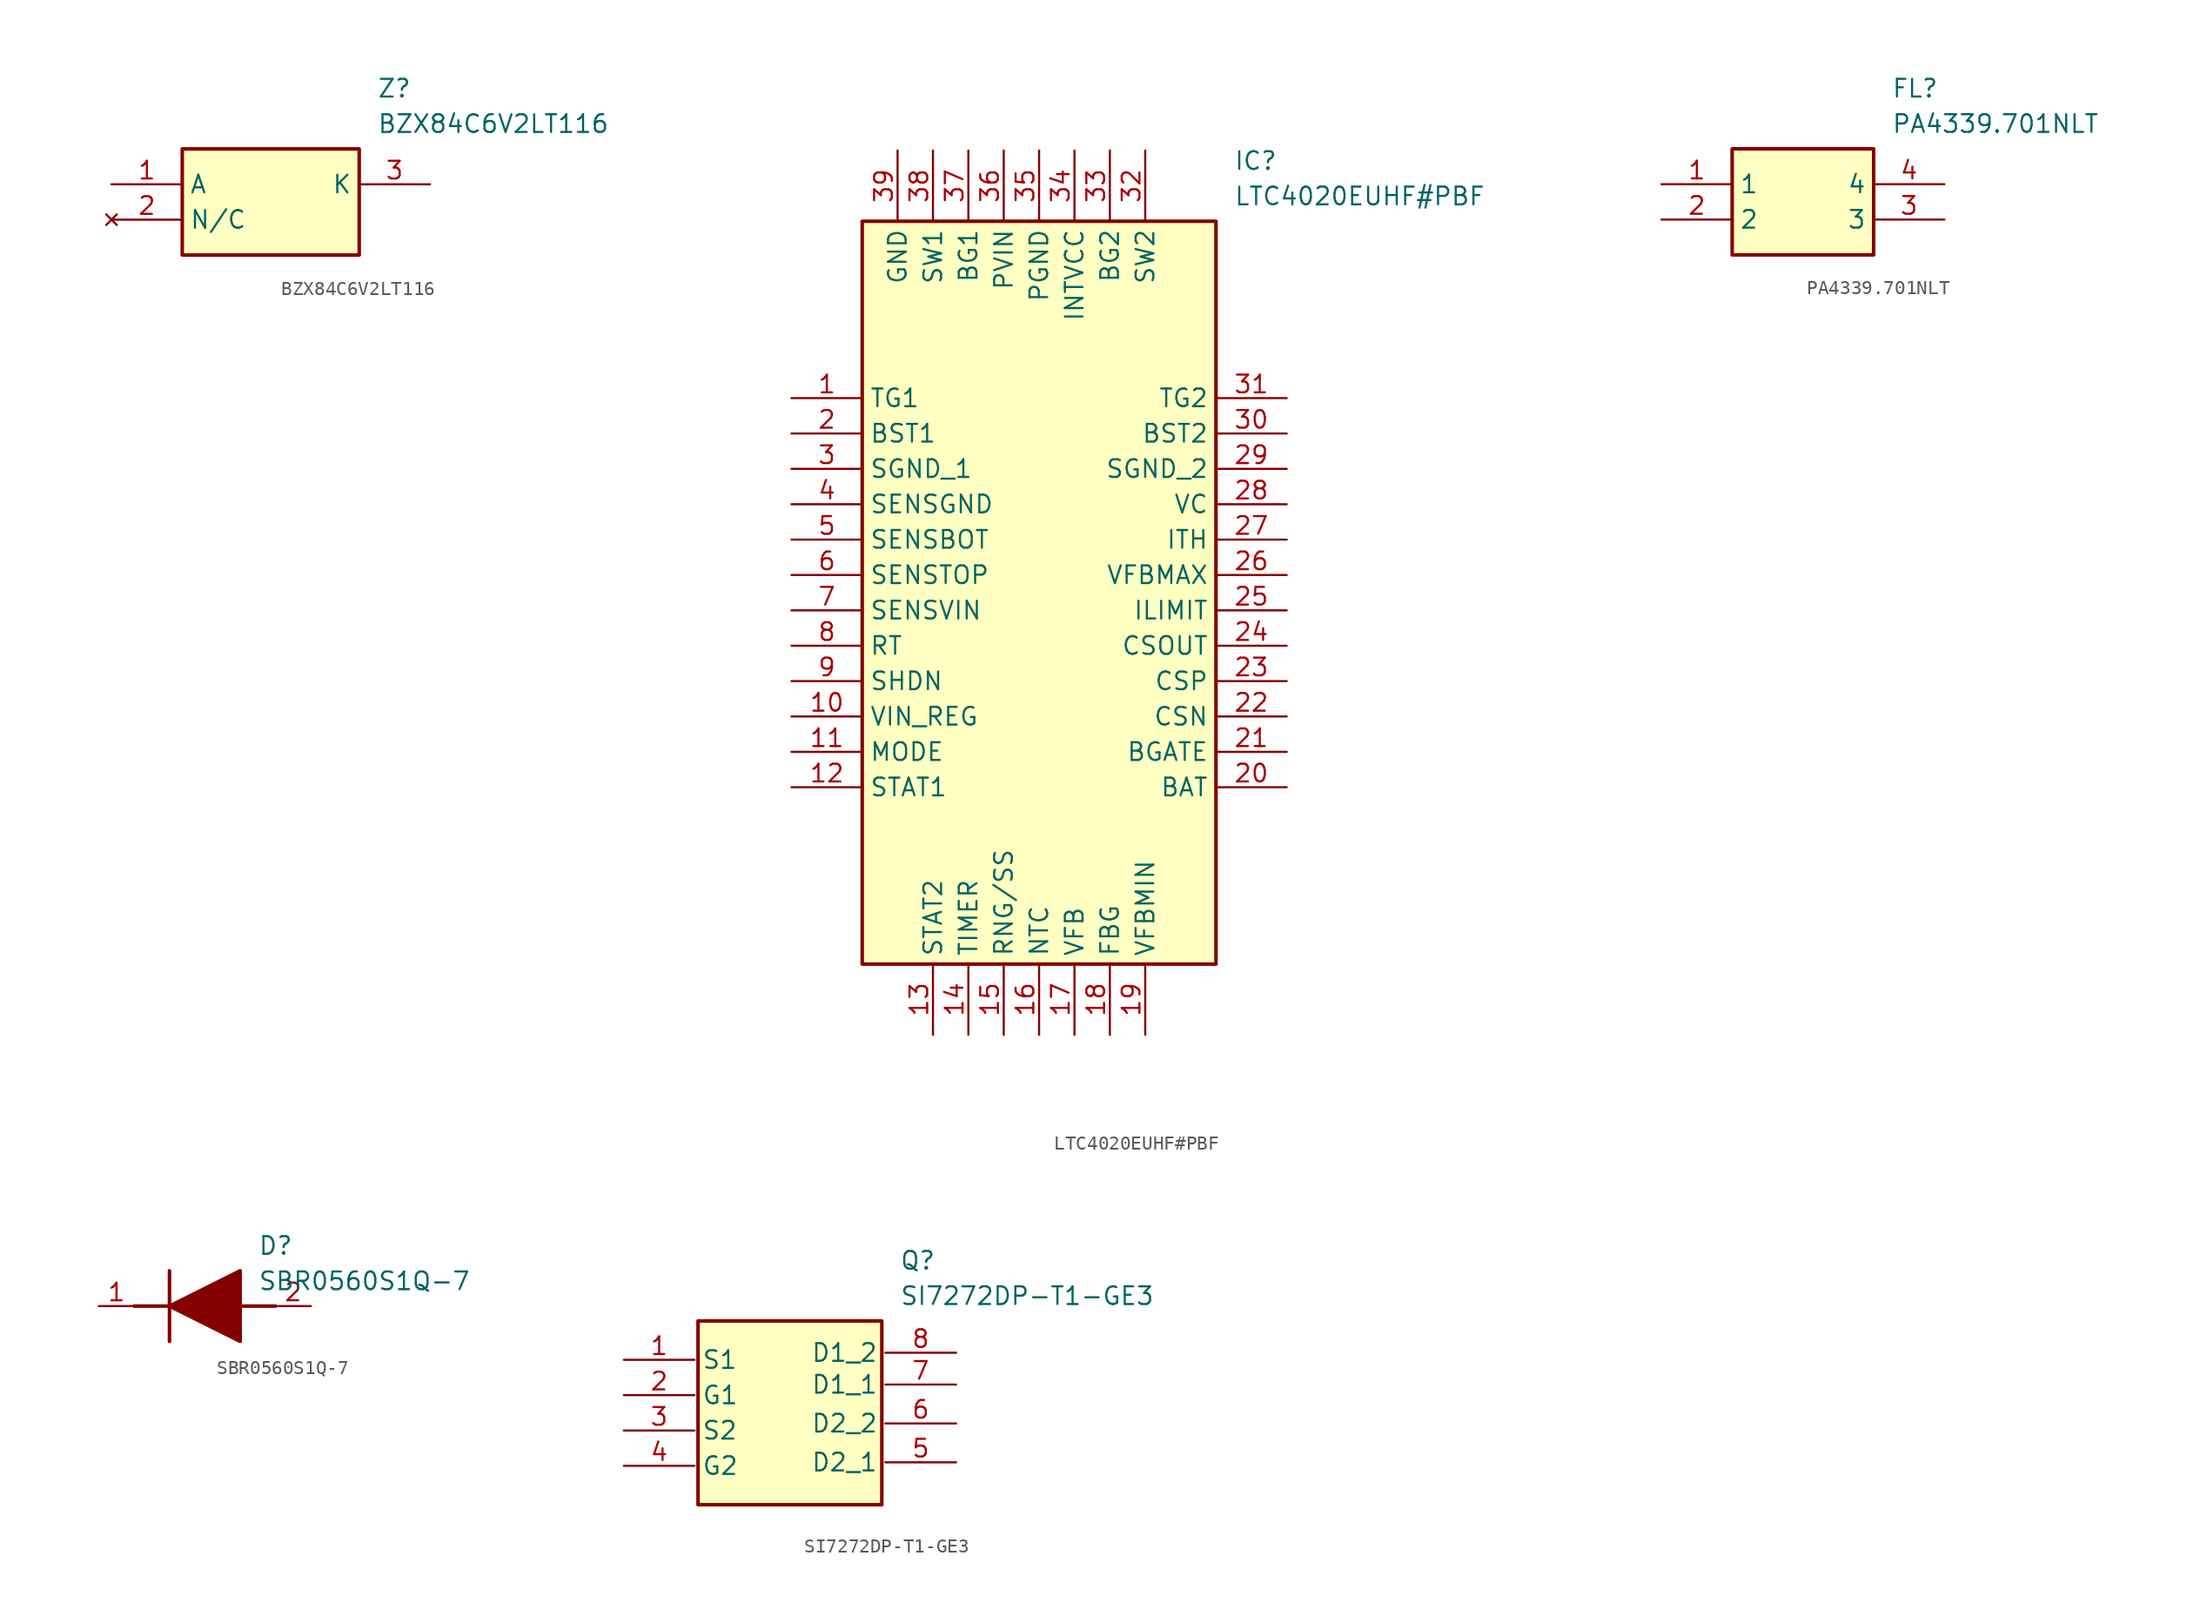
<source format=kicad_sym>
(kicad_symbol_lib
  (version 20220914)
  (generator kicad_symbol_editor)
  (symbol "BZX84C6V2LT116"
    (property "Reference" "Z"
      (at 19.05 7.62 0)
      (effects (font (size 1.27 1.27)) (justify left top)))
    (property "Value" "BZX84C6V2LT116"
      (at 19.05 5.08 0)
      (effects (font (size 1.27 1.27)) (justify left top)))
    (symbol "BZX84C6V2LT116_1_1"
      (rectangle (start 5.08 2.54) (end 17.78 -5.08) (stroke (width 0.254) (type default)) (fill (type background)))
      (pin passive line (at 0 0 0) (length 5.08) (name "A" (effects (font (size 1.27 1.27)))) (number "1" (effects (font (size 1.27 1.27)))))
      (pin no_connect line (at 0 -2.54 0) (length 5.08) (name "N/C" (effects (font (size 1.27 1.27)))) (number "2" (effects (font (size 1.27 1.27)))))
      (pin passive line (at 22.86 0 180) (length 5.08) (name "K" (effects (font (size 1.27 1.27)))) (number "3" (effects (font (size 1.27 1.27)))))))
  (symbol "LTC4020EUHF#PBF"
    (property "Reference" "IC"
      (at 31.75 17.78 0)
      (effects (font (size 1.27 1.27)) (justify left top)))
    (property "Value" "LTC4020EUHF#PBF"
      (at 31.75 15.24 0)
      (effects (font (size 1.27 1.27)) (justify left top)))
    (symbol "LTC4020EUHF#PBF_1_1"
      (rectangle (start 5.08 12.7) (end 30.48 -40.64) (stroke (width 0.254) (type default)) (fill (type background)))
      (pin passive line (at 0 0 0) (length 5.08) (name "TG1" (effects (font (size 1.27 1.27)))) (number "1" (effects (font (size 1.27 1.27)))))
      (pin passive line (at 0 -22.86 0) (length 5.08) (name "VIN_REG" (effects (font (size 1.27 1.27)))) (number "10" (effects (font (size 1.27 1.27)))))
      (pin passive line (at 0 -25.4 0) (length 5.08) (name "MODE" (effects (font (size 1.27 1.27)))) (number "11" (effects (font (size 1.27 1.27)))))
      (pin passive line (at 0 -27.94 0) (length 5.08) (name "STAT1" (effects (font (size 1.27 1.27)))) (number "12" (effects (font (size 1.27 1.27)))))
      (pin passive line (at 10.16 -45.72 90) (length 5.08) (name "STAT2" (effects (font (size 1.27 1.27)))) (number "13" (effects (font (size 1.27 1.27)))))
      (pin passive line (at 12.7 -45.72 90) (length 5.08) (name "TIMER" (effects (font (size 1.27 1.27)))) (number "14" (effects (font (size 1.27 1.27)))))
      (pin passive line (at 15.24 -45.72 90) (length 5.08) (name "RNG/SS" (effects (font (size 1.27 1.27)))) (number "15" (effects (font (size 1.27 1.27)))))
      (pin passive line (at 17.78 -45.72 90) (length 5.08) (name "NTC" (effects (font (size 1.27 1.27)))) (number "16" (effects (font (size 1.27 1.27)))))
      (pin passive line (at 20.32 -45.72 90) (length 5.08) (name "VFB" (effects (font (size 1.27 1.27)))) (number "17" (effects (font (size 1.27 1.27)))))
      (pin passive line (at 22.86 -45.72 90) (length 5.08) (name "FBG" (effects (font (size 1.27 1.27)))) (number "18" (effects (font (size 1.27 1.27)))))
      (pin passive line (at 25.4 -45.72 90) (length 5.08) (name "VFBMIN" (effects (font (size 1.27 1.27)))) (number "19" (effects (font (size 1.27 1.27)))))
      (pin passive line (at 0 -2.54 0) (length 5.08) (name "BST1" (effects (font (size 1.27 1.27)))) (number "2" (effects (font (size 1.27 1.27)))))
      (pin passive line (at 35.56 -27.94 180) (length 5.08) (name "BAT" (effects (font (size 1.27 1.27)))) (number "20" (effects (font (size 1.27 1.27)))))
      (pin passive line (at 35.56 -25.4 180) (length 5.08) (name "BGATE" (effects (font (size 1.27 1.27)))) (number "21" (effects (font (size 1.27 1.27)))))
      (pin passive line (at 35.56 -22.86 180) (length 5.08) (name "CSN" (effects (font (size 1.27 1.27)))) (number "22" (effects (font (size 1.27 1.27)))))
      (pin passive line (at 35.56 -20.32 180) (length 5.08) (name "CSP" (effects (font (size 1.27 1.27)))) (number "23" (effects (font (size 1.27 1.27)))))
      (pin passive line (at 35.56 -17.78 180) (length 5.08) (name "CSOUT" (effects (font (size 1.27 1.27)))) (number "24" (effects (font (size 1.27 1.27)))))
      (pin passive line (at 35.56 -15.24 180) (length 5.08) (name "ILIMIT" (effects (font (size 1.27 1.27)))) (number "25" (effects (font (size 1.27 1.27)))))
      (pin passive line (at 35.56 -12.7 180) (length 5.08) (name "VFBMAX" (effects (font (size 1.27 1.27)))) (number "26" (effects (font (size 1.27 1.27)))))
      (pin passive line (at 35.56 -10.16 180) (length 5.08) (name "ITH" (effects (font (size 1.27 1.27)))) (number "27" (effects (font (size 1.27 1.27)))))
      (pin passive line (at 35.56 -7.62 180) (length 5.08) (name "VC" (effects (font (size 1.27 1.27)))) (number "28" (effects (font (size 1.27 1.27)))))
      (pin passive line (at 35.56 -5.08 180) (length 5.08) (name "SGND_2" (effects (font (size 1.27 1.27)))) (number "29" (effects (font (size 1.27 1.27)))))
      (pin passive line (at 0 -5.08 0) (length 5.08) (name "SGND_1" (effects (font (size 1.27 1.27)))) (number "3" (effects (font (size 1.27 1.27)))))
      (pin passive line (at 35.56 -2.54 180) (length 5.08) (name "BST2" (effects (font (size 1.27 1.27)))) (number "30" (effects (font (size 1.27 1.27)))))
      (pin passive line (at 35.56 0 180) (length 5.08) (name "TG2" (effects (font (size 1.27 1.27)))) (number "31" (effects (font (size 1.27 1.27)))))
      (pin passive line (at 25.4 17.78 270) (length 5.08) (name "SW2" (effects (font (size 1.27 1.27)))) (number "32" (effects (font (size 1.27 1.27)))))
      (pin passive line (at 22.86 17.78 270) (length 5.08) (name "BG2" (effects (font (size 1.27 1.27)))) (number "33" (effects (font (size 1.27 1.27)))))
      (pin passive line (at 20.32 17.78 270) (length 5.08) (name "INTVCC" (effects (font (size 1.27 1.27)))) (number "34" (effects (font (size 1.27 1.27)))))
      (pin passive line (at 17.78 17.78 270) (length 5.08) (name "PGND" (effects (font (size 1.27 1.27)))) (number "35" (effects (font (size 1.27 1.27)))))
      (pin passive line (at 15.24 17.78 270) (length 5.08) (name "PVIN" (effects (font (size 1.27 1.27)))) (number "36" (effects (font (size 1.27 1.27)))))
      (pin passive line (at 12.7 17.78 270) (length 5.08) (name "BG1" (effects (font (size 1.27 1.27)))) (number "37" (effects (font (size 1.27 1.27)))))
      (pin passive line (at 10.16 17.78 270) (length 5.08) (name "SW1" (effects (font (size 1.27 1.27)))) (number "38" (effects (font (size 1.27 1.27)))))
      (pin passive line (at 7.62 17.78 270) (length 5.08) (name "GND" (effects (font (size 1.27 1.27)))) (number "39" (effects (font (size 1.27 1.27)))))
      (pin passive line (at 0 -7.62 0) (length 5.08) (name "SENSGND" (effects (font (size 1.27 1.27)))) (number "4" (effects (font (size 1.27 1.27)))))
      (pin passive line (at 0 -10.16 0) (length 5.08) (name "SENSBOT" (effects (font (size 1.27 1.27)))) (number "5" (effects (font (size 1.27 1.27)))))
      (pin passive line (at 0 -12.7 0) (length 5.08) (name "SENSTOP" (effects (font (size 1.27 1.27)))) (number "6" (effects (font (size 1.27 1.27)))))
      (pin passive line (at 0 -15.24 0) (length 5.08) (name "SENSVIN" (effects (font (size 1.27 1.27)))) (number "7" (effects (font (size 1.27 1.27)))))
      (pin passive line (at 0 -17.78 0) (length 5.08) (name "RT" (effects (font (size 1.27 1.27)))) (number "8" (effects (font (size 1.27 1.27)))))
      (pin passive line (at 0 -20.32 0) (length 5.08) (name "SHDN" (effects (font (size 1.27 1.27)))) (number "9" (effects (font (size 1.27 1.27)))))))
  (symbol "PA4339.701NLT"
    (property "Reference" "FL"
      (at 6.35 8.89 0)
      (effects (font (size 1.27 1.27)) (justify left top)))
    (property "Value" "PA4339.701NLT"
      (at 6.35 6.35 0)
      (effects (font (size 1.27 1.27)) (justify left top)))
    (symbol "PA4339.701NLT_1_1"
      (rectangle (start -5.08 3.81) (end 5.08 -3.81) (stroke (width 0.254) (type default)) (fill (type background)))
      (pin passive line (at -10.16 1.27 0) (length 5.08) (name "1" (effects (font (size 1.27 1.27)))) (number "1" (effects (font (size 1.27 1.27)))))
      (pin passive line (at -10.16 -1.27 0) (length 5.08) (name "2" (effects (font (size 1.27 1.27)))) (number "2" (effects (font (size 1.27 1.27)))))
      (pin passive line (at 10.16 -1.27 180) (length 5.08) (name "3" (effects (font (size 1.27 1.27)))) (number "3" (effects (font (size 1.27 1.27)))))
      (pin passive line (at 10.16 1.27 180) (length 5.08) (name "4" (effects (font (size 1.27 1.27)))) (number "4" (effects (font (size 1.27 1.27)))))))
  (symbol "SBR0560S1Q-7"
    (pin_names hide)
    (property "Reference" "D"
      (at 11.43 5.08 0)
      (effects (font (size 1.27 1.27)) (justify left top)))
    (property "Value" "SBR0560S1Q-7"
      (at 11.43 2.54 0)
      (effects (font (size 1.27 1.27)) (justify left top)))
    (symbol "SBR0560S1Q-7_1_1"
      (polyline (pts (xy 2.54 0) (xy 5.08 0)) (stroke (width 0.254) (type default)) (fill (type none)))
      (polyline (pts (xy 5.08 2.54) (xy 5.08 -2.54)) (stroke (width 0.254) (type default)) (fill (type none)))
      (polyline (pts (xy 10.16 0) (xy 12.7 0)) (stroke (width 0.254) (type default)) (fill (type none)))
      (polyline (pts (xy 5.08 0) (xy 10.16 2.54) (xy 10.16 -2.54) (xy 5.08 0)) (stroke (width 0.254) (type default)) (fill (type outline)))
      (pin passive line (at 0 0 0) (length 2.54) (name "K" (effects (font (size 1.27 1.27)))) (number "1" (effects (font (size 1.27 1.27)))))
      (pin passive line (at 15.24 0 180) (length 2.54) (name "A" (effects (font (size 1.27 1.27)))) (number "2" (effects (font (size 1.27 1.27)))))))
  (symbol "SI7272DP-T1-GE3"
    (property "Reference" "Q"
      (at 10.16 13.208 0)
      (effects (font (size 1.27 1.27)) (justify left top)))
    (property "Value" "SI7272DP-T1-GE3"
      (at 10.16 10.668 0)
      (effects (font (size 1.27 1.27)) (justify left top)))
    (symbol "SI7272DP-T1-GE3_1_1"
      (rectangle (start -4.318 8.128) (end 8.89 -5.08) (stroke (width 0.254) (type default)) (fill (type background)))
      (pin passive line (at -9.652 5.334 0) (length 5.08) (name "S1" (effects (font (size 1.27 1.27)))) (number "1" (effects (font (size 1.27 1.27)))))
      (pin passive line (at -9.652 2.794 0) (length 5.08) (name "G1" (effects (font (size 1.27 1.27)))) (number "2" (effects (font (size 1.27 1.27)))))
      (pin passive line (at -9.652 0.254 0) (length 5.08) (name "S2" (effects (font (size 1.27 1.27)))) (number "3" (effects (font (size 1.27 1.27)))))
      (pin passive line (at -9.652 -2.286 0) (length 5.08) (name "G2" (effects (font (size 1.27 1.27)))) (number "4" (effects (font (size 1.27 1.27)))))
      (pin passive line (at 14.224 -2.032 180) (length 5.08) (name "D2_1" (effects (font (size 1.27 1.27)))) (number "5" (effects (font (size 1.27 1.27)))))
      (pin passive line (at 14.224 0.762 180) (length 5.08) (name "D2_2" (effects (font (size 1.27 1.27)))) (number "6" (effects (font (size 1.27 1.27)))))
      (pin passive line (at 14.224 3.556 180) (length 5.08) (name "D1_1" (effects (font (size 1.27 1.27)))) (number "7" (effects (font (size 1.27 1.27)))))
      (pin passive line (at 14.224 5.842 180) (length 5.08) (name "D1_2" (effects (font (size 1.27 1.27)))) (number "8" (effects (font (size 1.27 1.27))))))))
</source>
